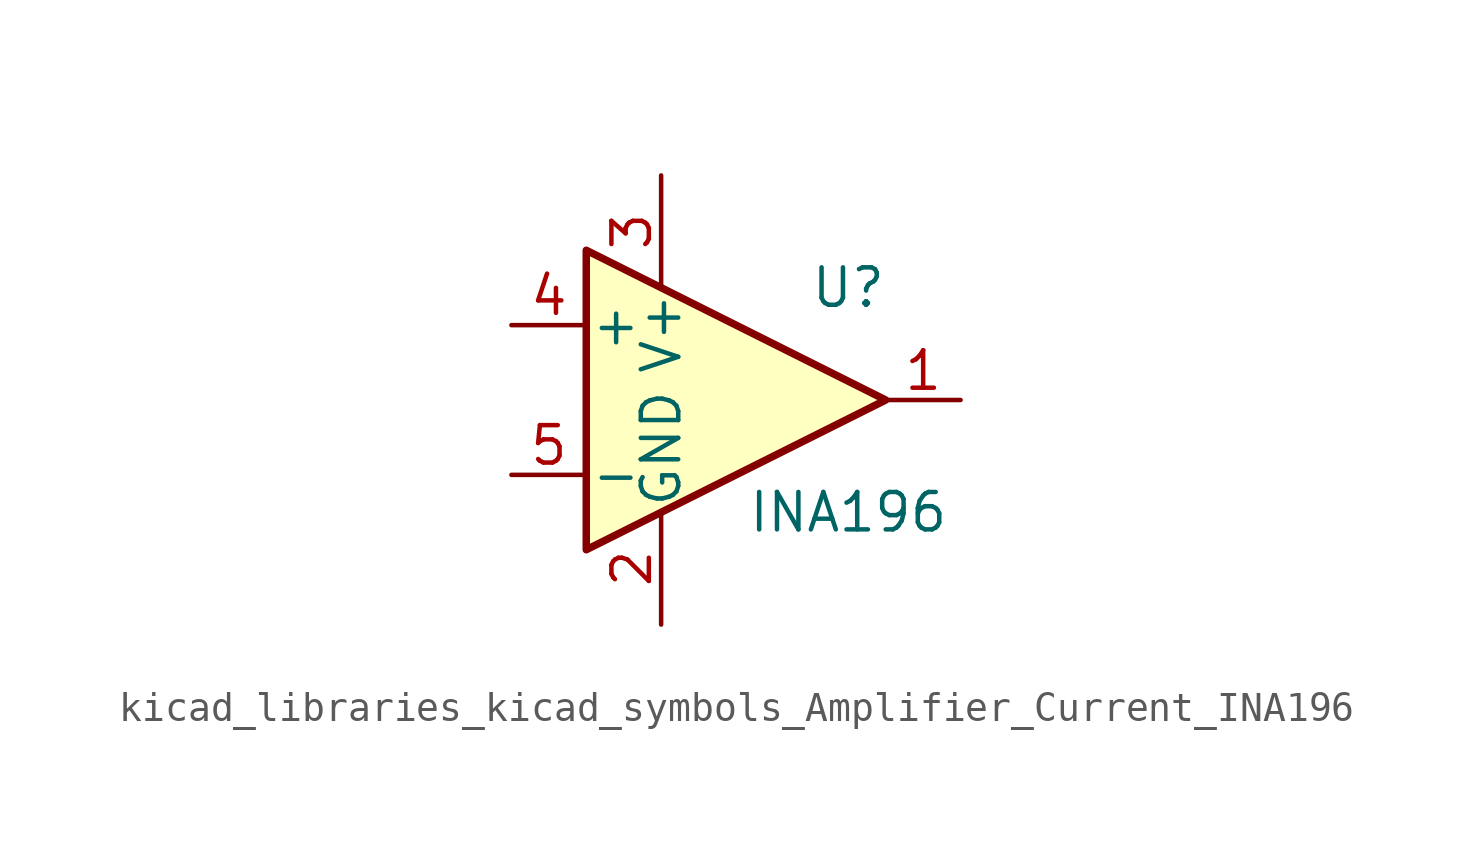
<source format=kicad_sym>
(kicad_symbol_lib
  (version 20220914)
  (generator kicad_symbol_editor)
  (symbol "kicad_libraries_kicad_symbols_Amplifier_Current_INA196"
    (pin_names
      (offset 0.127))
    (property "Reference" "U"
      (at 3.81 3.81 0)
      (effects (font (size 1.27 1.27))))
    (property "Value" "INA196"
      (at 3.81 -3.81 0)
      (effects (font (size 1.27 1.27))))
    (symbol "kicad_libraries_kicad_symbols_Amplifier_Current_INA196_0_1"
      (polyline (pts (xy 5.08 0) (xy -5.08 5.08) (xy -5.08 -5.08) (xy 5.08 0)) (stroke (width 0.254) (type default)) (fill (type background))))
    (symbol "kicad_libraries_kicad_symbols_Amplifier_Current_INA196_1_1"
      (pin output line (at 7.62 0 180) (length 2.54) (name "~" (effects (font (size 1.27 1.27)))) (number "1" (effects (font (size 1.27 1.27)))))
      (pin power_in line (at -2.54 -7.62 90) (length 3.81) (name "GND" (effects (font (size 1.27 1.27)))) (number "2" (effects (font (size 1.27 1.27)))))
      (pin power_in line (at -2.54 7.62 270) (length 3.81) (name "V+" (effects (font (size 1.27 1.27)))) (number "3" (effects (font (size 1.27 1.27)))))
      (pin input line (at -7.62 2.54 0) (length 2.54) (name "+" (effects (font (size 1.27 1.27)))) (number "4" (effects (font (size 1.27 1.27)))))
      (pin input line (at -7.62 -2.54 0) (length 2.54) (name "-" (effects (font (size 1.27 1.27)))) (number "5" (effects (font (size 1.27 1.27))))))))
</source>
